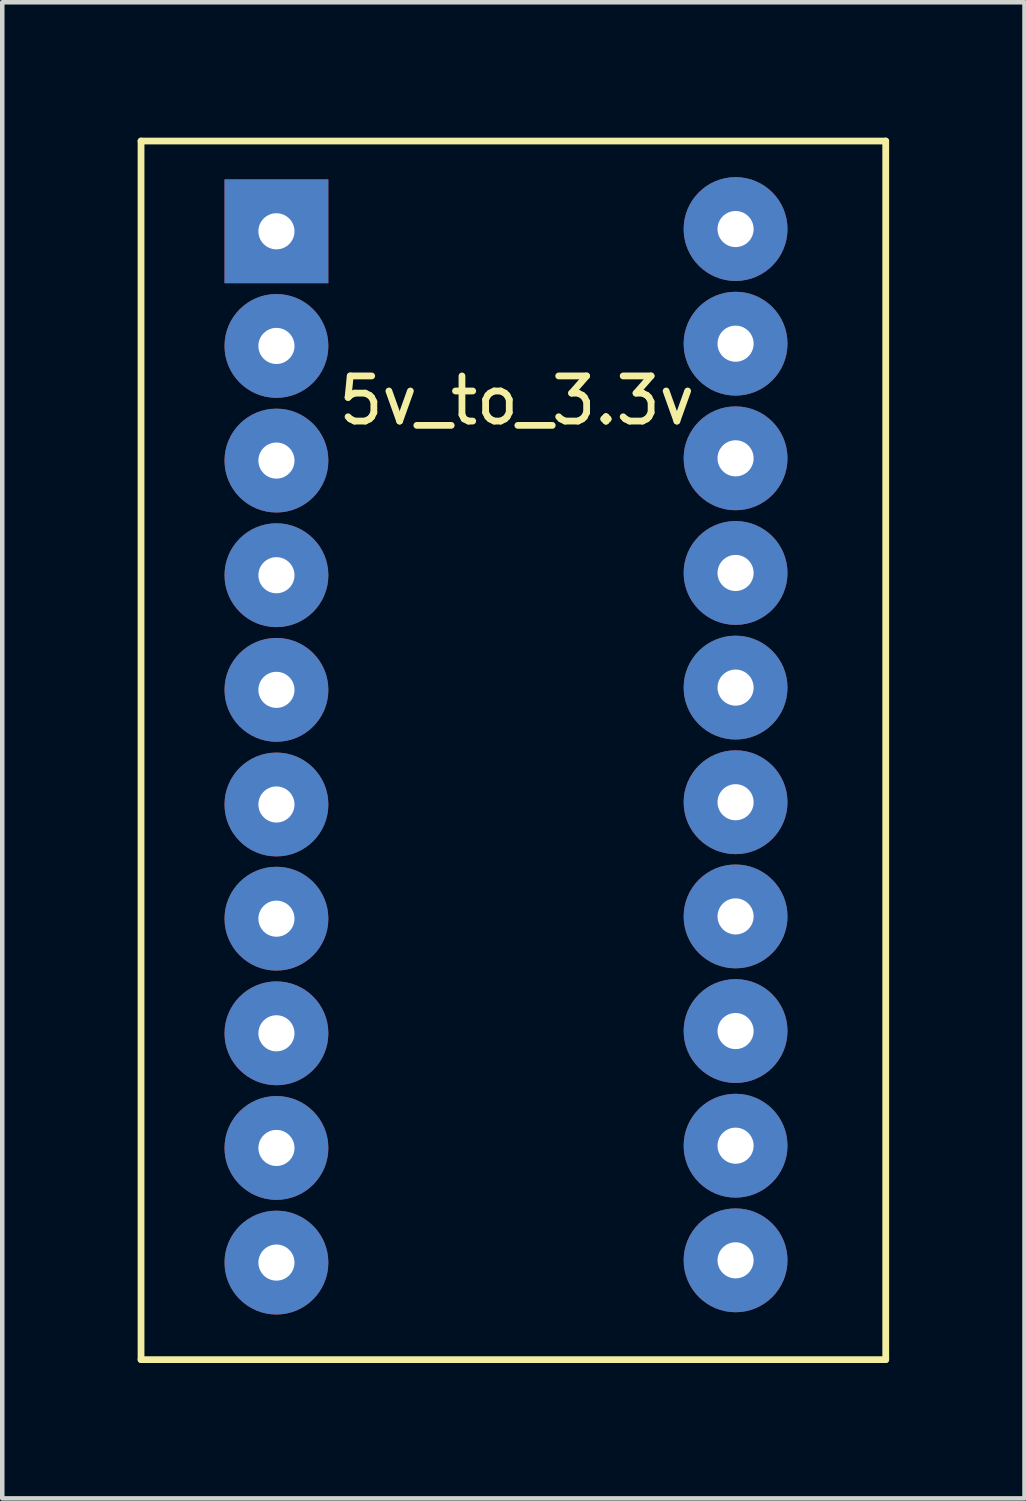
<source format=kicad_pcb>
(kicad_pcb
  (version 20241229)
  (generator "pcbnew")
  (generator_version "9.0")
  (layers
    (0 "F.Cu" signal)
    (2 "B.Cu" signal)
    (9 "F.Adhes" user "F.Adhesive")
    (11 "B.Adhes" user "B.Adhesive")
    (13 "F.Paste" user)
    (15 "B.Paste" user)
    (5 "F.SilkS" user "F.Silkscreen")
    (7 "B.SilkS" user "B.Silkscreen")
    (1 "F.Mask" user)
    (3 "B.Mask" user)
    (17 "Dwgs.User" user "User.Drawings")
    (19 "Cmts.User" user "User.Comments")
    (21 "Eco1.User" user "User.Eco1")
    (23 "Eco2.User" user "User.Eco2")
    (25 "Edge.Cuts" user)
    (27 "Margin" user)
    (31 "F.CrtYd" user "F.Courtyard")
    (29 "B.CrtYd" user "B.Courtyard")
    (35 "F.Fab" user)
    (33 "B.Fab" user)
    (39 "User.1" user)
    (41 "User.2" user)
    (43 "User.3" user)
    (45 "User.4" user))
  (footprint "5v_to_3.3v"
    (layer "F.Cu")
    (at 7.575 6.075)
    (property "Reference" "5v_to_3.3v" (at 0.825 -0.25 0) (layer "F.SilkS") (effects (font (size 1 1) (thickness 0.15))))
    (attr through_hole)
    (fp_line (start -7.5 -6) (end 9 -6) (stroke (width 0.15) (type solid)) (layer "F.SilkS"))
    (fp_line (start -7.5 21) (end -7.5 -6) (stroke (width 0.15) (type solid)) (layer "F.SilkS"))
    (fp_line (start 9 -6) (end 9 21) (stroke (width 0.15) (type solid)) (layer "F.SilkS"))
    (fp_line (start 9 21) (end -7.5 21) (stroke (width 0.15) (type solid)) (layer "F.SilkS"))
    (pad "1" thru_hole rect (at -4.5 -4) (size 2.3 2.3) (drill 0.8) (layers "*.Cu" "*.Mask"))
    (pad "2" thru_hole oval (at -4.5 -1.46) (size 2.3 2.3) (drill 0.8) (layers "*.Cu" "*.Mask"))
    (pad "3" thru_hole oval (at -4.5 1.08) (size 2.3 2.3) (drill 0.8) (layers "*.Cu" "*.Mask"))
    (pad "4" thru_hole oval (at -4.5 3.62) (size 2.3 2.3) (drill 0.8) (layers "*.Cu" "*.Mask"))
    (pad "5" thru_hole oval (at -4.5 6.16) (size 2.3 2.3) (drill 0.8) (layers "*.Cu" "*.Mask"))
    (pad "6" thru_hole oval (at -4.5 8.7) (size 2.3 2.3) (drill 0.8) (layers "*.Cu" "*.Mask"))
    (pad "7" thru_hole oval (at -4.5 11.23) (size 2.3 2.3) (drill 0.8) (layers "*.Cu" "*.Mask"))
    (pad "8" thru_hole oval (at -4.5 13.77) (size 2.3 2.3) (drill 0.8) (layers "*.Cu" "*.Mask"))
    (pad "9" thru_hole oval (at -4.5 16.31) (size 2.3 2.3) (drill 0.8) (layers "*.Cu" "*.Mask"))
    (pad "10" thru_hole oval (at -4.5 18.85) (size 2.3 2.3) (drill 0.8) (layers "*.Cu" "*.Mask"))
    (pad "11" thru_hole oval (at 5.673 -4.05) (size 2.3 2.3) (drill 0.8) (layers "*.Cu" "*.Mask"))
    (pad "12" thru_hole oval (at 5.673 -1.51) (size 2.3 2.3) (drill 0.8) (layers "*.Cu" "*.Mask"))
    (pad "13" thru_hole oval (at 5.673 1.03) (size 2.3 2.3) (drill 0.8) (layers "*.Cu" "*.Mask"))
    (pad "14" thru_hole oval (at 5.673 3.57) (size 2.3 2.3) (drill 0.8) (layers "*.Cu" "*.Mask"))
    (pad "15" thru_hole oval (at 5.673 6.11) (size 2.3 2.3) (drill 0.8) (layers "*.Cu" "*.Mask"))
    (pad "16" thru_hole oval (at 5.673 8.65) (size 2.3 2.3) (drill 0.8) (layers "*.Cu" "*.Mask"))
    (pad "17" thru_hole oval (at 5.673 11.18) (size 2.3 2.3) (drill 0.8) (layers "*.Cu" "*.Mask"))
    (pad "18" thru_hole oval (at 5.673 13.72) (size 2.3 2.3) (drill 0.8) (layers "*.Cu" "*.Mask"))
    (pad "19" thru_hole oval (at 5.673 16.26) (size 2.3 2.3) (drill 0.8) (layers "*.Cu" "*.Mask"))
    (pad "20" thru_hole oval (at 5.673 18.8) (size 2.3 2.3) (drill 0.8) (layers "*.Cu" "*.Mask")))
  (gr_rect
    (start -3 -3)
    (end 19.65 30.15)
    (stroke (width 0.1) (type default))
    (fill no)
    (layer "Edge.Cuts")))
</source>
